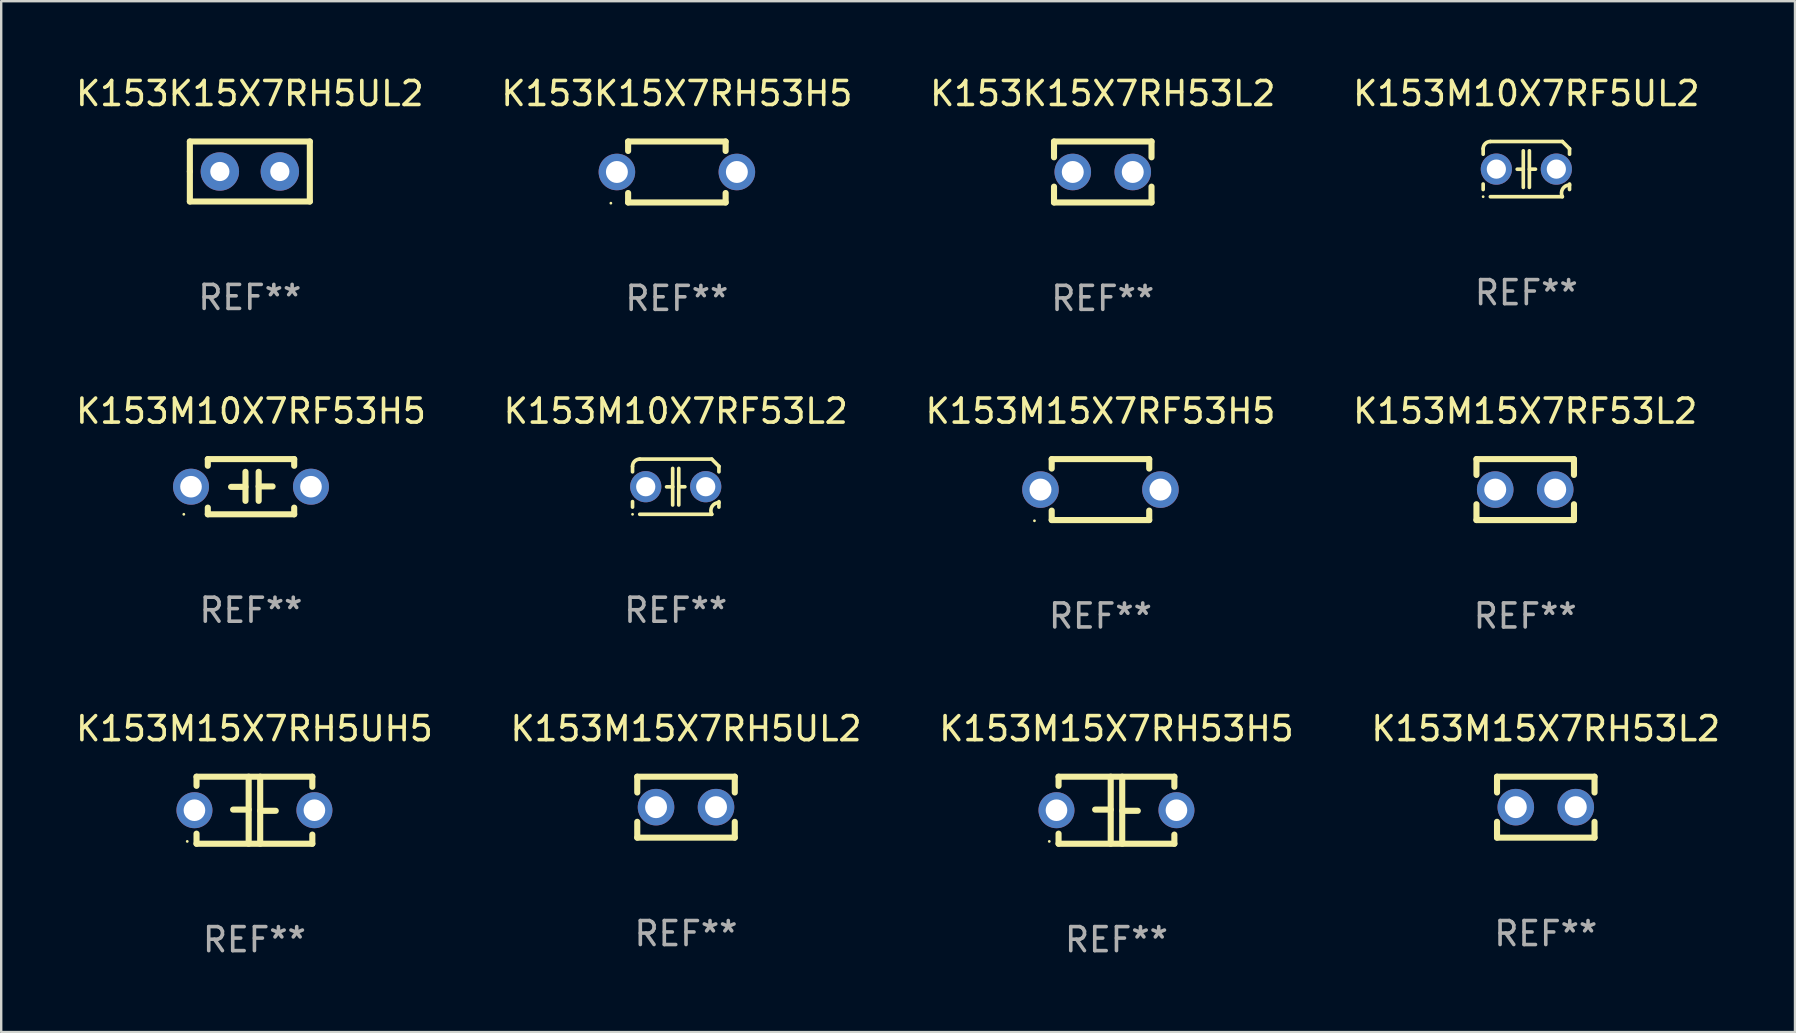
<source format=kicad_pcb>
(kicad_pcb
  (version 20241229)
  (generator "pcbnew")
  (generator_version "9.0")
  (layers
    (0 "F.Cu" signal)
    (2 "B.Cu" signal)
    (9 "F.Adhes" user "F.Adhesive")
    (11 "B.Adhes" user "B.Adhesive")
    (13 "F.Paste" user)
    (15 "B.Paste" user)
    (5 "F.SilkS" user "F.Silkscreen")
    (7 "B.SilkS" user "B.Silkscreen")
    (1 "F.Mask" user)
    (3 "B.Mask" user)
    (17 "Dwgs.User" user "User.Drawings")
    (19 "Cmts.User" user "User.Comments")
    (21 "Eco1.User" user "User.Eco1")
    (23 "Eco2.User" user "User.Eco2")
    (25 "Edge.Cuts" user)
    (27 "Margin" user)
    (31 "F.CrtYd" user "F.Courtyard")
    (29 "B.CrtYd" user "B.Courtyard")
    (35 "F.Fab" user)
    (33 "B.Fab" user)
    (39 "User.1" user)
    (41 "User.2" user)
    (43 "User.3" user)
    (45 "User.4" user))
  (footprint "K153M15X7RH53L2"
    (layer "F.Cu")
    (at 61.375 30.591)
    (property "Reference" "K153M15X7RH53L2" (at 0 -3.27 0) (layer "F.SilkS") (effects (font (size 1 1) (thickness 0.15))))
    (attr through_hole)
    (fp_line (start -2.032 -1.27) (end -2.032 -0.611) (stroke (width 0.254) (type solid)) (layer "F.SilkS"))
    (fp_line (start -2.032 0.611) (end -2.032 1.27) (stroke (width 0.254) (type solid)) (layer "F.SilkS"))
    (fp_line (start -2.032 1.27) (end 2.032 1.27) (stroke (width 0.254) (type solid)) (layer "F.SilkS"))
    (fp_line (start 2.032 -1.27) (end -2.032 -1.27) (stroke (width 0.254) (type solid)) (layer "F.SilkS"))
    (fp_line (start 2.032 -0.611) (end 2.032 -1.27) (stroke (width 0.254) (type solid)) (layer "F.SilkS"))
    (fp_line (start 2.032 1.27) (end 2.032 0.611) (stroke (width 0.254) (type solid)) (layer "F.SilkS"))
    (fp_circle (center -2 1.3) (end -1.97 1.3) (stroke (width 0.06) (type solid)) (fill no) (layer "F.SilkS"))
    (fp_text user "REF**" (at 0 5.27 0) (layer "F.Fab") (effects (font (size 1 1) (thickness 0.15))))
    (pad "1" thru_hole circle (at -1.25 0) (size 1.524 1.524) (drill 0.914) (layers "*.Cu" "*.Mask"))
    (pad "2" thru_hole circle (at 1.25 0) (size 1.524 1.524) (drill 0.914) (layers "*.Cu" "*.Mask")))
  (footprint "K153K15X7RH53H5"
    (layer "F.Cu")
    (at 25.161 4.118)
    (property "Reference" "K153K15X7RH53H5" (at 0 -3.27 0) (layer "F.SilkS") (effects (font (size 1 1) (thickness 0.15))))
    (attr through_hole)
    (fp_line (start -2.032 -1.27) (end -2.032 -0.876) (stroke (width 0.254) (type solid)) (layer "F.SilkS"))
    (fp_line (start -2.032 0.876) (end -2.032 1.27) (stroke (width 0.254) (type solid)) (layer "F.SilkS"))
    (fp_line (start -2.032 1.27) (end 2.032 1.27) (stroke (width 0.254) (type solid)) (layer "F.SilkS"))
    (fp_line (start 2.032 -1.27) (end -2.032 -1.27) (stroke (width 0.254) (type solid)) (layer "F.SilkS"))
    (fp_line (start 2.032 -0.876) (end 2.032 -1.27) (stroke (width 0.254) (type solid)) (layer "F.SilkS"))
    (fp_line (start 2.032 1.27) (end 2.032 0.876) (stroke (width 0.254) (type solid)) (layer "F.SilkS"))
    (fp_circle (center -2.751 1.3) (end -2.721 1.3) (stroke (width 0.06) (type solid)) (fill no) (layer "F.SilkS"))
    (fp_text user "REF**" (at 0 5.27 0) (layer "F.Fab") (effects (font (size 1 1) (thickness 0.15))))
    (pad "1" thru_hole circle (at -2.5 0) (size 1.524 1.524) (drill 0.914) (layers "*.Cu" "*.Mask"))
    (pad "2" thru_hole circle (at 2.5 0) (size 1.524 1.524) (drill 0.914) (layers "*.Cu" "*.Mask")))
  (footprint "K153M10X7RF53L2"
    (layer "F.Cu")
    (at 25.113 17.235)
    (property "Reference" "K153M10X7RF53L2" (at 0 -3.15 0) (layer "F.SilkS") (effects (font (size 1 1) (thickness 0.15))))
    (attr through_hole)
    (fp_line (start -1.8 -0.621) (end -1.8 -0.85) (stroke (width 0.152) (type solid)) (layer "F.SilkS"))
    (fp_line (start -1.8 0.85) (end -1.8 0.621) (stroke (width 0.152) (type solid)) (layer "F.SilkS"))
    (fp_line (start -1.5 -1.15) (end 1.5 -1.15) (stroke (width 0.152) (type solid)) (layer "F.SilkS"))
    (fp_line (start -0.127 -0.762) (end -0.127 0.762) (stroke (width 0.152) (type solid)) (layer "F.SilkS"))
    (fp_line (start -0.127 0.005) (end -0.381 0.005) (stroke (width 0.152) (type solid)) (layer "F.SilkS"))
    (fp_line (start 0.127 -0.762) (end 0.127 0.762) (stroke (width 0.152) (type solid)) (layer "F.SilkS"))
    (fp_line (start 0.127 0.002) (end 0.381 0.002) (stroke (width 0.152) (type solid)) (layer "F.SilkS"))
    (fp_line (start 1.5 1.15) (end -1.5 1.15) (stroke (width 0.152) (type solid)) (layer "F.SilkS"))
    (fp_line (start 1.8 -0.85) (end 1.8 -0.621) (stroke (width 0.152) (type solid)) (layer "F.SilkS"))
    (fp_line (start 1.8 0.621) (end 1.8 0.85) (stroke (width 0.152) (type solid)) (layer "F.SilkS"))
    (fp_arc (start -1.799975 -0.849987) (mid -1.712107 -1.062119) (end -1.499975 -1.149987) (stroke (width 0.151994) (type solid)) (layer "F.SilkS"))
    (fp_arc (start 1.499975 1.149987) (mid 1.513726 0.822359) (end 1.799975 0.662387) (stroke (width 0.151994) (type solid)) (layer "F.SilkS"))
    (fp_arc (start 1.500001 -1.149986) (mid 1.650015 -1.000001) (end 1.8 -0.849987) (stroke (width 0.151994) (type solid)) (layer "F.SilkS"))
    (fp_circle (center -1.8 1.15) (end -1.77 1.15) (stroke (width 0.06) (type solid)) (fill no) (layer "F.SilkS"))
    (fp_text user "REF**" (at 0 5.15 0) (layer "F.Fab") (effects (font (size 1 1) (thickness 0.15))))
    (pad "1" thru_hole circle (at -1.25 0) (size 1.3 1.3) (drill 0.8) (layers "*.Cu" "*.Mask"))
    (pad "2" thru_hole circle (at 1.25 0) (size 1.3 1.3) (drill 0.8) (layers "*.Cu" "*.Mask")))
  (footprint "K153M15X7RF53H5"
    (layer "F.Cu")
    (at 42.815 17.355)
    (property "Reference" "K153M15X7RF53H5" (at 0 -3.27 0) (layer "F.SilkS") (effects (font (size 1 1) (thickness 0.15))))
    (attr through_hole)
    (fp_line (start -2.032 -1.27) (end -2.032 -0.876) (stroke (width 0.254) (type solid)) (layer "F.SilkS"))
    (fp_line (start -2.032 0.876) (end -2.032 1.27) (stroke (width 0.254) (type solid)) (layer "F.SilkS"))
    (fp_line (start -2.032 1.27) (end 2.032 1.27) (stroke (width 0.254) (type solid)) (layer "F.SilkS"))
    (fp_line (start 2.032 -1.27) (end -2.032 -1.27) (stroke (width 0.254) (type solid)) (layer "F.SilkS"))
    (fp_line (start 2.032 -0.876) (end 2.032 -1.27) (stroke (width 0.254) (type solid)) (layer "F.SilkS"))
    (fp_line (start 2.032 1.27) (end 2.032 0.876) (stroke (width 0.254) (type solid)) (layer "F.SilkS"))
    (fp_circle (center -2.751 1.3) (end -2.721 1.3) (stroke (width 0.06) (type solid)) (fill no) (layer "F.SilkS"))
    (fp_text user "REF**" (at 0 5.27 0) (layer "F.Fab") (effects (font (size 1 1) (thickness 0.15))))
    (pad "1" thru_hole circle (at -2.5 0) (size 1.524 1.524) (drill 0.914) (layers "*.Cu" "*.Mask"))
    (pad "2" thru_hole circle (at 2.5 0) (size 1.524 1.524) (drill 0.914) (layers "*.Cu" "*.Mask")))
  (footprint "K153M15X7RH5UH5"
    (layer "F.Cu")
    (at 7.554 30.718)
    (property "Reference" "K153M15X7RH5UH5" (at 0 -3.397 0) (layer "F.SilkS") (effects (font (size 1 1) (thickness 0.15))))
    (attr through_hole)
    (fp_line (start -2.413 -1.397) (end 2.413 -1.397) (stroke (width 0.254) (type solid)) (layer "F.SilkS"))
    (fp_line (start -2.413 -1.016) (end -2.413 -1.397) (stroke (width 0.254) (type solid)) (layer "F.SilkS"))
    (fp_line (start -2.413 0.977) (end -2.413 1.397) (stroke (width 0.254) (type solid)) (layer "F.SilkS"))
    (fp_line (start -0.24 -0.025) (end -0.889 -0.025) (stroke (width 0.254) (type solid)) (layer "F.SilkS"))
    (fp_line (start -0.24 1.397) (end -0.24 -1.397) (stroke (width 0.254) (type solid)) (layer "F.SilkS"))
    (fp_line (start 0.24 -1.397) (end 0.24 1.397) (stroke (width 0.254) (type solid)) (layer "F.SilkS"))
    (fp_line (start 0.24 0.025) (end 0.889 0.025) (stroke (width 0.254) (type solid)) (layer "F.SilkS"))
    (fp_line (start 2.413 -0.977) (end 2.413 -1.397) (stroke (width 0.254) (type solid)) (layer "F.SilkS"))
    (fp_line (start 2.413 1.016) (end 2.413 1.397) (stroke (width 0.254) (type solid)) (layer "F.SilkS"))
    (fp_line (start 2.413 1.397) (end -2.413 1.397) (stroke (width 0.254) (type solid)) (layer "F.SilkS"))
    (fp_circle (center -2.8 1.3) (end -2.77 1.3) (stroke (width 0.06) (type solid)) (fill no) (layer "F.SilkS"))
    (fp_text user "REF**" (at 0 5.397 0) (layer "F.Fab") (effects (font (size 1 1) (thickness 0.15))))
    (pad "1" thru_hole circle (at -2.5 0) (size 1.5 1.5) (drill 0.9) (layers "*.Cu" "*.Mask"))
    (pad "2" thru_hole circle (at 2.5 0) (size 1.5 1.5) (drill 0.9) (layers "*.Cu" "*.Mask")))
  (footprint "K153K15X7RH53L2"
    (layer "F.Cu")
    (at 42.911 4.118)
    (property "Reference" "K153K15X7RH53L2" (at 0 -3.27 0) (layer "F.SilkS") (effects (font (size 1 1) (thickness 0.15))))
    (attr through_hole)
    (fp_line (start -2.032 -1.27) (end -2.032 -0.611) (stroke (width 0.254) (type solid)) (layer "F.SilkS"))
    (fp_line (start -2.032 0.611) (end -2.032 1.27) (stroke (width 0.254) (type solid)) (layer "F.SilkS"))
    (fp_line (start -2.032 1.27) (end 2.032 1.27) (stroke (width 0.254) (type solid)) (layer "F.SilkS"))
    (fp_line (start 2.032 -1.27) (end -2.032 -1.27) (stroke (width 0.254) (type solid)) (layer "F.SilkS"))
    (fp_line (start 2.032 -0.611) (end 2.032 -1.27) (stroke (width 0.254) (type solid)) (layer "F.SilkS"))
    (fp_line (start 2.032 1.27) (end 2.032 0.611) (stroke (width 0.254) (type solid)) (layer "F.SilkS"))
    (fp_circle (center -2 1.3) (end -1.97 1.3) (stroke (width 0.06) (type solid)) (fill no) (layer "F.SilkS"))
    (fp_text user "REF**" (at 0 5.27 0) (layer "F.Fab") (effects (font (size 1 1) (thickness 0.15))))
    (pad "1" thru_hole circle (at -1.25 0) (size 1.524 1.524) (drill 0.914) (layers "*.Cu" "*.Mask"))
    (pad "2" thru_hole circle (at 1.25 0) (size 1.524 1.524) (drill 0.914) (layers "*.Cu" "*.Mask")))
  (footprint "K153M15X7RH53H5"
    (layer "F.Cu")
    (at 43.482 30.718)
    (property "Reference" "K153M15X7RH53H5" (at 0 -3.397 0) (layer "F.SilkS") (effects (font (size 1 1) (thickness 0.15))))
    (attr through_hole)
    (fp_line (start -2.413 -1.397) (end 2.413 -1.397) (stroke (width 0.254) (type solid)) (layer "F.SilkS"))
    (fp_line (start -2.413 -1.016) (end -2.413 -1.397) (stroke (width 0.254) (type solid)) (layer "F.SilkS"))
    (fp_line (start -2.413 0.977) (end -2.413 1.397) (stroke (width 0.254) (type solid)) (layer "F.SilkS"))
    (fp_line (start -0.24 -0.025) (end -0.889 -0.025) (stroke (width 0.254) (type solid)) (layer "F.SilkS"))
    (fp_line (start -0.24 1.397) (end -0.24 -1.397) (stroke (width 0.254) (type solid)) (layer "F.SilkS"))
    (fp_line (start 0.24 -1.397) (end 0.24 1.397) (stroke (width 0.254) (type solid)) (layer "F.SilkS"))
    (fp_line (start 0.24 0.025) (end 0.889 0.025) (stroke (width 0.254) (type solid)) (layer "F.SilkS"))
    (fp_line (start 2.413 -0.977) (end 2.413 -1.397) (stroke (width 0.254) (type solid)) (layer "F.SilkS"))
    (fp_line (start 2.413 1.016) (end 2.413 1.397) (stroke (width 0.254) (type solid)) (layer "F.SilkS"))
    (fp_line (start 2.413 1.397) (end -2.413 1.397) (stroke (width 0.254) (type solid)) (layer "F.SilkS"))
    (fp_circle (center -2.8 1.3) (end -2.77 1.3) (stroke (width 0.06) (type solid)) (fill no) (layer "F.SilkS"))
    (fp_text user "REF**" (at 0 5.397 0) (layer "F.Fab") (effects (font (size 1 1) (thickness 0.15))))
    (pad "1" thru_hole circle (at -2.5 0) (size 1.5 1.5) (drill 0.9) (layers "*.Cu" "*.Mask"))
    (pad "2" thru_hole circle (at 2.5 0) (size 1.5 1.5) (drill 0.9) (layers "*.Cu" "*.Mask")))
  (footprint "K153M10X7RF5UL2"
    (layer "F.Cu")
    (at 60.565 3.998)
    (property "Reference" "K153M10X7RF5UL2" (at 0 -3.15 0) (layer "F.SilkS") (effects (font (size 1 1) (thickness 0.15))))
    (attr through_hole)
    (fp_line (start -1.8 -0.621) (end -1.8 -0.85) (stroke (width 0.152) (type solid)) (layer "F.SilkS"))
    (fp_line (start -1.8 0.85) (end -1.8 0.621) (stroke (width 0.152) (type solid)) (layer "F.SilkS"))
    (fp_line (start -1.5 -1.15) (end 1.5 -1.15) (stroke (width 0.152) (type solid)) (layer "F.SilkS"))
    (fp_line (start -0.127 -0.762) (end -0.127 0.762) (stroke (width 0.152) (type solid)) (layer "F.SilkS"))
    (fp_line (start -0.127 0.005) (end -0.381 0.005) (stroke (width 0.152) (type solid)) (layer "F.SilkS"))
    (fp_line (start 0.127 -0.762) (end 0.127 0.762) (stroke (width 0.152) (type solid)) (layer "F.SilkS"))
    (fp_line (start 0.127 0.002) (end 0.381 0.002) (stroke (width 0.152) (type solid)) (layer "F.SilkS"))
    (fp_line (start 1.5 1.15) (end -1.5 1.15) (stroke (width 0.152) (type solid)) (layer "F.SilkS"))
    (fp_line (start 1.8 -0.85) (end 1.8 -0.621) (stroke (width 0.152) (type solid)) (layer "F.SilkS"))
    (fp_line (start 1.8 0.621) (end 1.8 0.85) (stroke (width 0.152) (type solid)) (layer "F.SilkS"))
    (fp_arc (start -1.799975 -0.849987) (mid -1.712107 -1.062119) (end -1.499975 -1.149987) (stroke (width 0.151994) (type solid)) (layer "F.SilkS"))
    (fp_arc (start 1.499975 1.149987) (mid 1.513726 0.822359) (end 1.799975 0.662387) (stroke (width 0.151994) (type solid)) (layer "F.SilkS"))
    (fp_arc (start 1.500001 -1.149986) (mid 1.650015 -1.000001) (end 1.8 -0.849987) (stroke (width 0.151994) (type solid)) (layer "F.SilkS"))
    (fp_circle (center -1.8 1.15) (end -1.77 1.15) (stroke (width 0.06) (type solid)) (fill no) (layer "F.SilkS"))
    (fp_text user "REF**" (at 0 5.15 0) (layer "F.Fab") (effects (font (size 1 1) (thickness 0.15))))
    (pad "1" thru_hole circle (at -1.25 0) (size 1.3 1.3) (drill 0.8) (layers "*.Cu" "*.Mask"))
    (pad "2" thru_hole circle (at 1.25 0) (size 1.3 1.3) (drill 0.8) (layers "*.Cu" "*.Mask")))
  (footprint "K153M15X7RF53L2"
    (layer "F.Cu")
    (at 60.518 17.355)
    (property "Reference" "K153M15X7RF53L2" (at 0 -3.27 0) (layer "F.SilkS") (effects (font (size 1 1) (thickness 0.15))))
    (attr through_hole)
    (fp_line (start -2.032 -1.27) (end -2.032 -0.611) (stroke (width 0.254) (type solid)) (layer "F.SilkS"))
    (fp_line (start -2.032 0.611) (end -2.032 1.27) (stroke (width 0.254) (type solid)) (layer "F.SilkS"))
    (fp_line (start -2.032 1.27) (end 2.032 1.27) (stroke (width 0.254) (type solid)) (layer "F.SilkS"))
    (fp_line (start 2.032 -1.27) (end -2.032 -1.27) (stroke (width 0.254) (type solid)) (layer "F.SilkS"))
    (fp_line (start 2.032 -0.611) (end 2.032 -1.27) (stroke (width 0.254) (type solid)) (layer "F.SilkS"))
    (fp_line (start 2.032 1.27) (end 2.032 0.611) (stroke (width 0.254) (type solid)) (layer "F.SilkS"))
    (fp_circle (center -2 1.3) (end -1.97 1.3) (stroke (width 0.06) (type solid)) (fill no) (layer "F.SilkS"))
    (fp_text user "REF**" (at 0 5.27 0) (layer "F.Fab") (effects (font (size 1 1) (thickness 0.15))))
    (pad "1" thru_hole circle (at -1.25 0) (size 1.524 1.524) (drill 0.914) (layers "*.Cu" "*.Mask"))
    (pad "2" thru_hole circle (at 1.25 0) (size 1.524 1.524) (drill 0.914) (layers "*.Cu" "*.Mask")))
  (footprint "K153M15X7RH5UL2"
    (layer "F.Cu")
    (at 25.542 30.591)
    (property "Reference" "K153M15X7RH5UL2" (at 0 -3.27 0) (layer "F.SilkS") (effects (font (size 1 1) (thickness 0.15))))
    (attr through_hole)
    (fp_line (start -2.032 -1.27) (end -2.032 -0.611) (stroke (width 0.254) (type solid)) (layer "F.SilkS"))
    (fp_line (start -2.032 0.611) (end -2.032 1.27) (stroke (width 0.254) (type solid)) (layer "F.SilkS"))
    (fp_line (start -2.032 1.27) (end 2.032 1.27) (stroke (width 0.254) (type solid)) (layer "F.SilkS"))
    (fp_line (start 2.032 -1.27) (end -2.032 -1.27) (stroke (width 0.254) (type solid)) (layer "F.SilkS"))
    (fp_line (start 2.032 -0.611) (end 2.032 -1.27) (stroke (width 0.254) (type solid)) (layer "F.SilkS"))
    (fp_line (start 2.032 1.27) (end 2.032 0.611) (stroke (width 0.254) (type solid)) (layer "F.SilkS"))
    (fp_circle (center -2 1.3) (end -1.97 1.3) (stroke (width 0.06) (type solid)) (fill no) (layer "F.SilkS"))
    (fp_text user "REF**" (at 0 5.27 0) (layer "F.Fab") (effects (font (size 1 1) (thickness 0.15))))
    (pad "1" thru_hole circle (at -1.25 0) (size 1.524 1.524) (drill 0.914) (layers "*.Cu" "*.Mask"))
    (pad "2" thru_hole circle (at 1.25 0) (size 1.524 1.524) (drill 0.914) (layers "*.Cu" "*.Mask")))
  (footprint "K153M10X7RF53H5"
    (layer "F.Cu")
    (at 7.411 17.235)
    (property "Reference" "K153M10X7RF53H5" (at 0 -3.15 0) (layer "F.SilkS") (effects (font (size 1 1) (thickness 0.15))))
    (attr through_hole)
    (fp_line (start -1.8 -1.15) (end -1.8 -0.872) (stroke (width 0.254) (type solid)) (layer "F.SilkS"))
    (fp_line (start -1.8 -1.15) (end 1.8 -1.15) (stroke (width 0.254) (type solid)) (layer "F.SilkS"))
    (fp_line (start -1.8 0.872) (end -1.8 1.15) (stroke (width 0.254) (type solid)) (layer "F.SilkS"))
    (fp_line (start -1.8 1.15) (end 1.8 1.15) (stroke (width 0.254) (type solid)) (layer "F.SilkS"))
    (fp_line (start -0.23 -0.62) (end -0.23 0.59) (stroke (width 0.254) (type solid)) (layer "F.SilkS"))
    (fp_line (start -0.23 0.007) (end -0.83 0.007) (stroke (width 0.254) (type solid)) (layer "F.SilkS"))
    (fp_line (start 0.32 -0.62) (end 0.32 0.59) (stroke (width 0.254) (type solid)) (layer "F.SilkS"))
    (fp_line (start 0.32 -0.012) (end 0.9 -0.012) (stroke (width 0.254) (type solid)) (layer "F.SilkS"))
    (fp_line (start 1.8 -1.15) (end 1.8 -0.872) (stroke (width 0.254) (type solid)) (layer "F.SilkS"))
    (fp_line (start 1.8 0.872) (end 1.8 1.15) (stroke (width 0.254) (type solid)) (layer "F.SilkS"))
    (fp_circle (center -2.8 1.15) (end -2.77 1.15) (stroke (width 0.06) (type solid)) (fill no) (layer "F.SilkS"))
    (fp_text user "REF**" (at 0 5.15 0) (layer "F.Fab") (effects (font (size 1 1) (thickness 0.15))))
    (pad "1" thru_hole circle (at -2.5 0) (size 1.5 1.5) (drill 0.9) (layers "*.Cu" "*.Mask"))
    (pad "2" thru_hole circle (at 2.5 0) (size 1.5 1.5) (drill 0.9) (layers "*.Cu" "*.Mask")))
  (footprint "K153K15X7RH5UL2"
    (layer "F.Cu")
    (at 7.363 4.098)
    (property "Reference" "K153K15X7RH5UL2" (at 0 -3.25 0) (layer "F.SilkS") (effects (font (size 1 1) (thickness 0.15))))
    (attr through_hole)
    (fp_line (start -2.5 -1.25) (end 2.5 -1.25) (stroke (width 0.254) (type solid)) (layer "F.SilkS"))
    (fp_line (start -2.5 0) (end -2.5 -1.25) (stroke (width 0.254) (type solid)) (layer "F.SilkS"))
    (fp_line (start -2.5 1.25) (end -2.5 0) (stroke (width 0.254) (type solid)) (layer "F.SilkS"))
    (fp_line (start 2.5 -1.25) (end 2.5 1.25) (stroke (width 0.254) (type solid)) (layer "F.SilkS"))
    (fp_line (start 2.5 1.25) (end -2.5 1.25) (stroke (width 0.254) (type solid)) (layer "F.SilkS"))
    (fp_circle (center -2.5 1.25) (end -2.47 1.25) (stroke (width 0.06) (type solid)) (fill no) (layer "F.SilkS"))
    (fp_text user "REF**" (at 0 5.25 0) (layer "F.Fab") (effects (font (size 1 1) (thickness 0.15))))
    (pad "1" thru_hole circle (at -1.25 0) (size 1.6 1.6) (drill 0.8) (layers "*.Cu" "*.Mask"))
    (pad "2" thru_hole circle (at 1.25 0) (size 1.6 1.6) (drill 0.8) (layers "*.Cu" "*.Mask")))
  (gr_rect
    (start -3 -3)
    (end 71.762 39.964)
    (stroke (width 0.1) (type default))
    (fill no)
    (layer "Edge.Cuts")))
</source>
